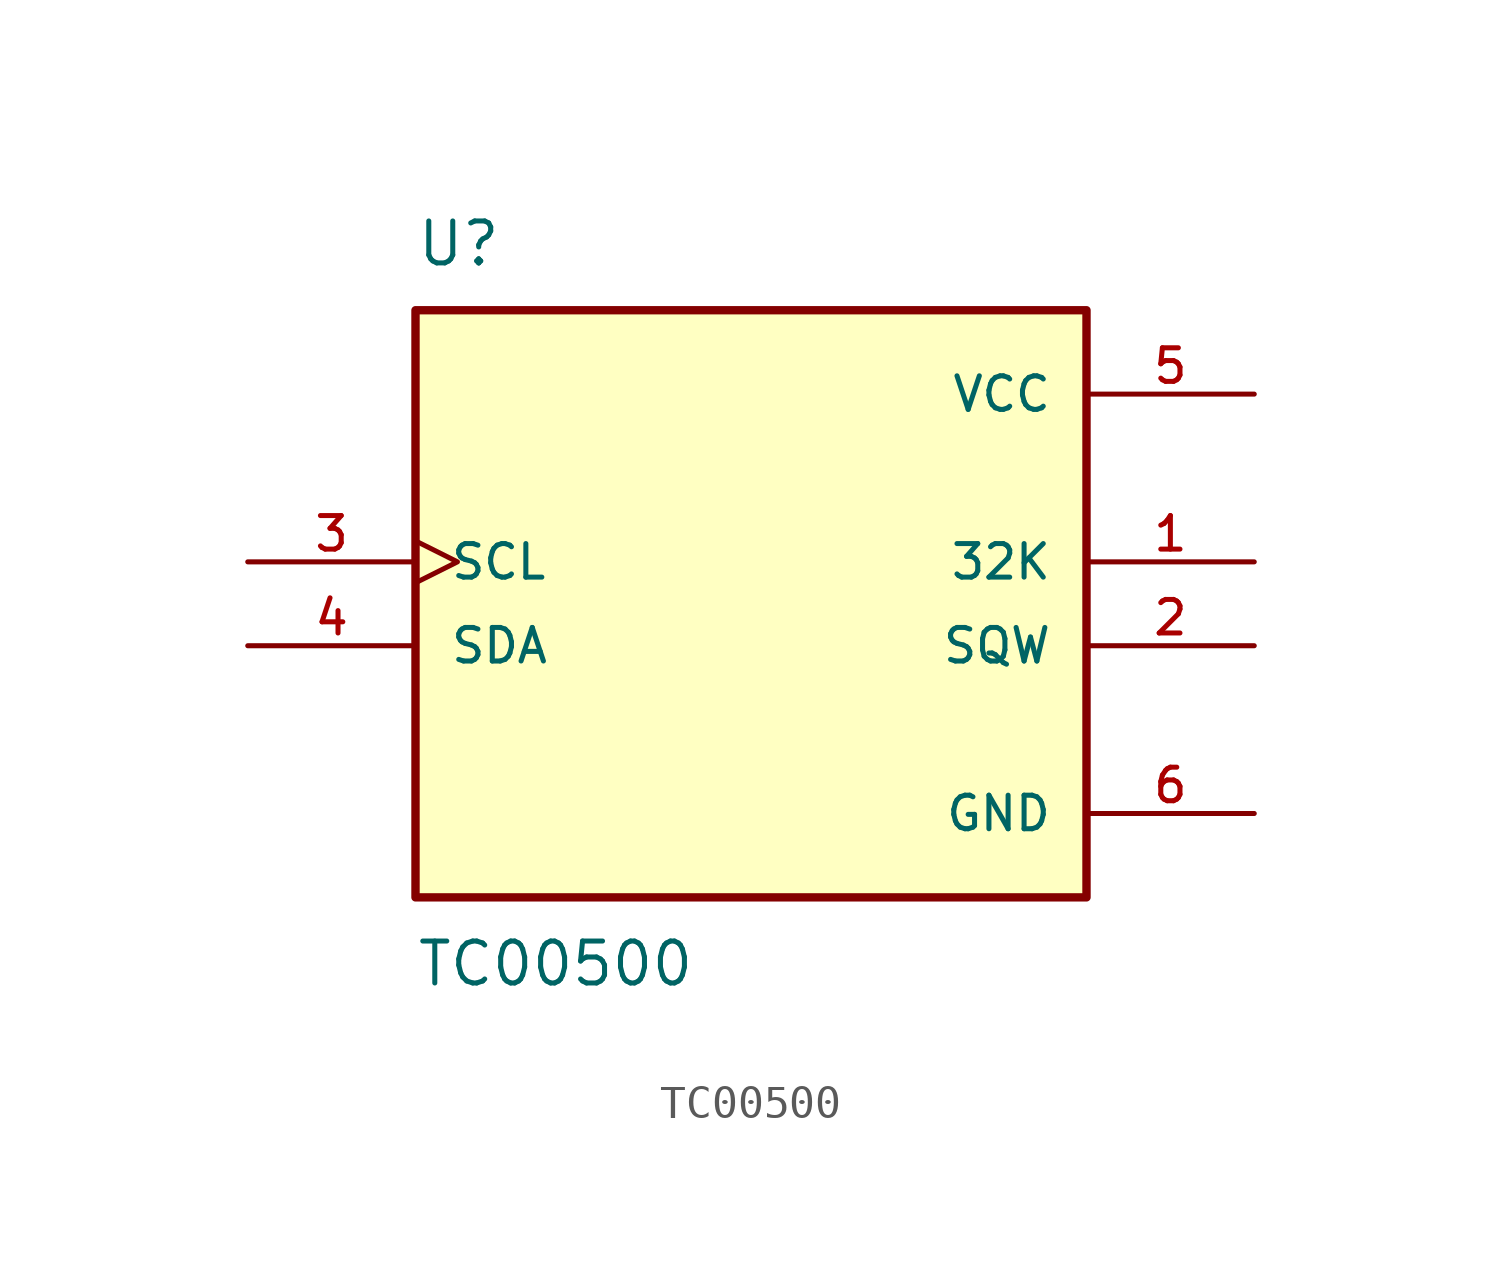
<source format=kicad_sym>
(kicad_symbol_lib
  (version 20211014)
  (generator kicad_symbol_editor)
  (symbol "TC00500"
    (pin_names
      (offset 1.016))
    (property "Reference" "U"
      (at -10.16 8.89 0)
      (effects (font (size 1.27 1.27)) (justify bottom left)))
    (property "Value" "TC00500"
      (at -10.16 -11.43 0)
      (effects (font (size 1.27 1.27)) (justify top left)))
    (symbol "TC00500_0_0"
      (rectangle (start -10.16 -10.16) (end 10.16 7.62) (stroke (width 0.254)) (fill (type background)))
      (pin output line (at 15.24 0.0 180.0) (length 5.08) (name "32K" (effects (font (size 1.016 1.016)))) (number "1" (effects (font (size 1.016 1.016)))))
      (pin output line (at 15.24 -2.54 180.0) (length 5.08) (name "SQW" (effects (font (size 1.016 1.016)))) (number "2" (effects (font (size 1.016 1.016)))))
      (pin input clock (at -15.24 0.0 0) (length 5.08) (name "SCL" (effects (font (size 1.016 1.016)))) (number "3" (effects (font (size 1.016 1.016)))))
      (pin bidirectional line (at -15.24 -2.54 0) (length 5.08) (name "SDA" (effects (font (size 1.016 1.016)))) (number "4" (effects (font (size 1.016 1.016)))))
      (pin power_in line (at 15.24 5.08 180.0) (length 5.08) (name "VCC" (effects (font (size 1.016 1.016)))) (number "5" (effects (font (size 1.016 1.016)))))
      (pin power_in line (at 15.24 -7.62 180.0) (length 5.08) (name "GND" (effects (font (size 1.016 1.016)))) (number "6" (effects (font (size 1.016 1.016))))))))
</source>
